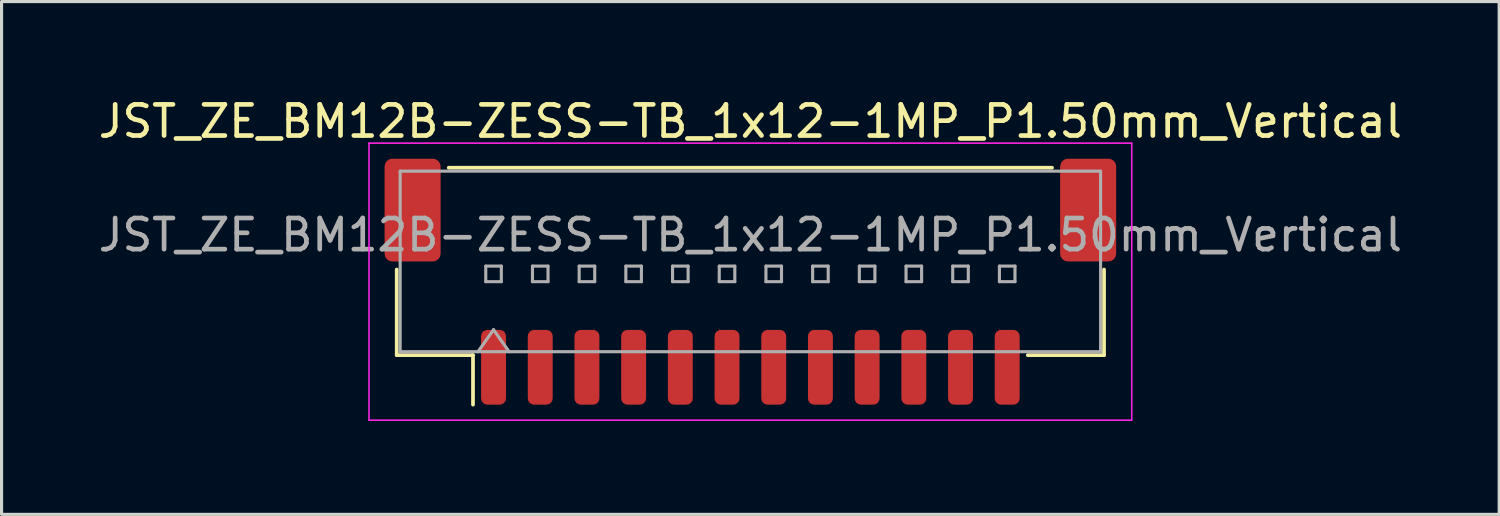
<source format=kicad_pcb>
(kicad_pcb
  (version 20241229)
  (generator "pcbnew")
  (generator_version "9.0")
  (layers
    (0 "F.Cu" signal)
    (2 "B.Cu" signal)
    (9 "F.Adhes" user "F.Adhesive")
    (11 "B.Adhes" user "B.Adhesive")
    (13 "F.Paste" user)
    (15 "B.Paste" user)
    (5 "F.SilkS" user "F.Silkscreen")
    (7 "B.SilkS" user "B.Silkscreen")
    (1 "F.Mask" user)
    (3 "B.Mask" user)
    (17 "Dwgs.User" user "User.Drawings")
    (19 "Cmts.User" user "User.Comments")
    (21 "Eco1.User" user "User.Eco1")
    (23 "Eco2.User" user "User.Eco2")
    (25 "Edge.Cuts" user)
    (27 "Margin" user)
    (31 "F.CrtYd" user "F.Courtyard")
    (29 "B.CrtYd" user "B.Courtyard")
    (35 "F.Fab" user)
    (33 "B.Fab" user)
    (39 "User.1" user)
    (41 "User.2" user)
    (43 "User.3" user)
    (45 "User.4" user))
  (footprint "JST_ZE_BM12B-ZESS-TB_1x12-1MP_P1.50mm_Vertical"
    (layer "F.Cu")
    (at 21.054 5.998)
    (property "Reference" "JST_ZE_BM12B-ZESS-TB_1x12-1MP_P1.50mm_Vertical" (at 0 -5.15 0) (layer "F.SilkS") (effects (font (size 1 1) (thickness 0.15))))
    (attr smd)
    (fp_line (start -11.36 -0.39) (end -11.36 2.36) (stroke (width 0.12) (type solid)) (layer "F.SilkS"))
    (fp_line (start -11.36 2.36) (end -8.91 2.36) (stroke (width 0.12) (type solid)) (layer "F.SilkS"))
    (fp_line (start -9.69 -3.66) (end 9.69 -3.66) (stroke (width 0.12) (type solid)) (layer "F.SilkS"))
    (fp_line (start -8.91 2.36) (end -8.91 3.95) (stroke (width 0.12) (type solid)) (layer "F.SilkS"))
    (fp_line (start 11.36 -0.39) (end 11.36 2.36) (stroke (width 0.12) (type solid)) (layer "F.SilkS"))
    (fp_line (start 11.36 2.36) (end 8.91 2.36) (stroke (width 0.12) (type solid)) (layer "F.SilkS"))
    (fp_line (start -12.25 -4.45) (end -12.25 4.45) (stroke (width 0.05) (type solid)) (layer "F.CrtYd"))
    (fp_line (start -12.25 4.45) (end 12.25 4.45) (stroke (width 0.05) (type solid)) (layer "F.CrtYd"))
    (fp_line (start 12.25 -4.45) (end -12.25 -4.45) (stroke (width 0.05) (type solid)) (layer "F.CrtYd"))
    (fp_line (start 12.25 4.45) (end 12.25 -4.45) (stroke (width 0.05) (type solid)) (layer "F.CrtYd"))
    (fp_line (start -11.25 -3.55) (end 11.25 -3.55) (stroke (width 0.1) (type solid)) (layer "F.Fab"))
    (fp_line (start -11.25 2.25) (end -11.25 -3.55) (stroke (width 0.1) (type solid)) (layer "F.Fab"))
    (fp_line (start -11.25 2.25) (end 11.25 2.25) (stroke (width 0.1) (type solid)) (layer "F.Fab"))
    (fp_line (start -8.75 2.25) (end -8.25 1.543) (stroke (width 0.1) (type solid)) (layer "F.Fab"))
    (fp_line (start -8.5 -0.5) (end -8.5 0) (stroke (width 0.1) (type solid)) (layer "F.Fab"))
    (fp_line (start -8.5 0) (end -8 0) (stroke (width 0.1) (type solid)) (layer "F.Fab"))
    (fp_line (start -8.25 1.543) (end -7.75 2.25) (stroke (width 0.1) (type solid)) (layer "F.Fab"))
    (fp_line (start -8 -0.5) (end -8.5 -0.5) (stroke (width 0.1) (type solid)) (layer "F.Fab"))
    (fp_line (start -8 0) (end -8 -0.5) (stroke (width 0.1) (type solid)) (layer "F.Fab"))
    (fp_line (start -7 -0.5) (end -7 0) (stroke (width 0.1) (type solid)) (layer "F.Fab"))
    (fp_line (start -7 0) (end -6.5 0) (stroke (width 0.1) (type solid)) (layer "F.Fab"))
    (fp_line (start -6.5 -0.5) (end -7 -0.5) (stroke (width 0.1) (type solid)) (layer "F.Fab"))
    (fp_line (start -6.5 0) (end -6.5 -0.5) (stroke (width 0.1) (type solid)) (layer "F.Fab"))
    (fp_line (start -5.5 -0.5) (end -5.5 0) (stroke (width 0.1) (type solid)) (layer "F.Fab"))
    (fp_line (start -5.5 0) (end -5 0) (stroke (width 0.1) (type solid)) (layer "F.Fab"))
    (fp_line (start -5 -0.5) (end -5.5 -0.5) (stroke (width 0.1) (type solid)) (layer "F.Fab"))
    (fp_line (start -5 0) (end -5 -0.5) (stroke (width 0.1) (type solid)) (layer "F.Fab"))
    (fp_line (start -4 -0.5) (end -4 0) (stroke (width 0.1) (type solid)) (layer "F.Fab"))
    (fp_line (start -4 0) (end -3.5 0) (stroke (width 0.1) (type solid)) (layer "F.Fab"))
    (fp_line (start -3.5 -0.5) (end -4 -0.5) (stroke (width 0.1) (type solid)) (layer "F.Fab"))
    (fp_line (start -3.5 0) (end -3.5 -0.5) (stroke (width 0.1) (type solid)) (layer "F.Fab"))
    (fp_line (start -2.5 -0.5) (end -2.5 0) (stroke (width 0.1) (type solid)) (layer "F.Fab"))
    (fp_line (start -2.5 0) (end -2 0) (stroke (width 0.1) (type solid)) (layer "F.Fab"))
    (fp_line (start -2 -0.5) (end -2.5 -0.5) (stroke (width 0.1) (type solid)) (layer "F.Fab"))
    (fp_line (start -2 0) (end -2 -0.5) (stroke (width 0.1) (type solid)) (layer "F.Fab"))
    (fp_line (start -1 -0.5) (end -1 0) (stroke (width 0.1) (type solid)) (layer "F.Fab"))
    (fp_line (start -1 0) (end -0.5 0) (stroke (width 0.1) (type solid)) (layer "F.Fab"))
    (fp_line (start -0.5 -0.5) (end -1 -0.5) (stroke (width 0.1) (type solid)) (layer "F.Fab"))
    (fp_line (start -0.5 0) (end -0.5 -0.5) (stroke (width 0.1) (type solid)) (layer "F.Fab"))
    (fp_line (start 0.5 -0.5) (end 0.5 0) (stroke (width 0.1) (type solid)) (layer "F.Fab"))
    (fp_line (start 0.5 0) (end 1 0) (stroke (width 0.1) (type solid)) (layer "F.Fab"))
    (fp_line (start 1 -0.5) (end 0.5 -0.5) (stroke (width 0.1) (type solid)) (layer "F.Fab"))
    (fp_line (start 1 0) (end 1 -0.5) (stroke (width 0.1) (type solid)) (layer "F.Fab"))
    (fp_line (start 2 -0.5) (end 2 0) (stroke (width 0.1) (type solid)) (layer "F.Fab"))
    (fp_line (start 2 0) (end 2.5 0) (stroke (width 0.1) (type solid)) (layer "F.Fab"))
    (fp_line (start 2.5 -0.5) (end 2 -0.5) (stroke (width 0.1) (type solid)) (layer "F.Fab"))
    (fp_line (start 2.5 0) (end 2.5 -0.5) (stroke (width 0.1) (type solid)) (layer "F.Fab"))
    (fp_line (start 3.5 -0.5) (end 3.5 0) (stroke (width 0.1) (type solid)) (layer "F.Fab"))
    (fp_line (start 3.5 0) (end 4 0) (stroke (width 0.1) (type solid)) (layer "F.Fab"))
    (fp_line (start 4 -0.5) (end 3.5 -0.5) (stroke (width 0.1) (type solid)) (layer "F.Fab"))
    (fp_line (start 4 0) (end 4 -0.5) (stroke (width 0.1) (type solid)) (layer "F.Fab"))
    (fp_line (start 5 -0.5) (end 5 0) (stroke (width 0.1) (type solid)) (layer "F.Fab"))
    (fp_line (start 5 0) (end 5.5 0) (stroke (width 0.1) (type solid)) (layer "F.Fab"))
    (fp_line (start 5.5 -0.5) (end 5 -0.5) (stroke (width 0.1) (type solid)) (layer "F.Fab"))
    (fp_line (start 5.5 0) (end 5.5 -0.5) (stroke (width 0.1) (type solid)) (layer "F.Fab"))
    (fp_line (start 6.5 -0.5) (end 6.5 0) (stroke (width 0.1) (type solid)) (layer "F.Fab"))
    (fp_line (start 6.5 0) (end 7 0) (stroke (width 0.1) (type solid)) (layer "F.Fab"))
    (fp_line (start 7 -0.5) (end 6.5 -0.5) (stroke (width 0.1) (type solid)) (layer "F.Fab"))
    (fp_line (start 7 0) (end 7 -0.5) (stroke (width 0.1) (type solid)) (layer "F.Fab"))
    (fp_line (start 8 -0.5) (end 8 0) (stroke (width 0.1) (type solid)) (layer "F.Fab"))
    (fp_line (start 8 0) (end 8.5 0) (stroke (width 0.1) (type solid)) (layer "F.Fab"))
    (fp_line (start 8.5 -0.5) (end 8 -0.5) (stroke (width 0.1) (type solid)) (layer "F.Fab"))
    (fp_line (start 8.5 0) (end 8.5 -0.5) (stroke (width 0.1) (type solid)) (layer "F.Fab"))
    (fp_line (start 11.25 2.25) (end 11.25 -3.55) (stroke (width 0.1) (type solid)) (layer "F.Fab"))
    (fp_text user "${REFERENCE}" (at 0 -1.5 0) (layer "F.Fab") (effects (font (size 1 1) (thickness 0.15))))
    (pad "1" smd roundrect (at -8.25 2.75) (size 0.8 2.4) (layers "F.Cu" "F.Mask" "F.Paste") (roundrect_rratio 0.25))
    (pad "2" smd roundrect (at -6.75 2.75) (size 0.8 2.4) (layers "F.Cu" "F.Mask" "F.Paste") (roundrect_rratio 0.25))
    (pad "3" smd roundrect (at -5.25 2.75) (size 0.8 2.4) (layers "F.Cu" "F.Mask" "F.Paste") (roundrect_rratio 0.25))
    (pad "4" smd roundrect (at -3.75 2.75) (size 0.8 2.4) (layers "F.Cu" "F.Mask" "F.Paste") (roundrect_rratio 0.25))
    (pad "5" smd roundrect (at -2.25 2.75) (size 0.8 2.4) (layers "F.Cu" "F.Mask" "F.Paste") (roundrect_rratio 0.25))
    (pad "6" smd roundrect (at -0.75 2.75) (size 0.8 2.4) (layers "F.Cu" "F.Mask" "F.Paste") (roundrect_rratio 0.25))
    (pad "7" smd roundrect (at 0.75 2.75) (size 0.8 2.4) (layers "F.Cu" "F.Mask" "F.Paste") (roundrect_rratio 0.25))
    (pad "8" smd roundrect (at 2.25 2.75) (size 0.8 2.4) (layers "F.Cu" "F.Mask" "F.Paste") (roundrect_rratio 0.25))
    (pad "9" smd roundrect (at 3.75 2.75) (size 0.8 2.4) (layers "F.Cu" "F.Mask" "F.Paste") (roundrect_rratio 0.25))
    (pad "10" smd roundrect (at 5.25 2.75) (size 0.8 2.4) (layers "F.Cu" "F.Mask" "F.Paste") (roundrect_rratio 0.25))
    (pad "11" smd roundrect (at 6.75 2.75) (size 0.8 2.4) (layers "F.Cu" "F.Mask" "F.Paste") (roundrect_rratio 0.25))
    (pad "12" smd roundrect (at 8.25 2.75) (size 0.8 2.4) (layers "F.Cu" "F.Mask" "F.Paste") (roundrect_rratio 0.25))
    (pad "MP" smd roundrect (at -10.85 -2.3) (size 1.8 3.3) (layers "F.Cu" "F.Mask" "F.Paste") (roundrect_rratio 0.139))
    (pad "MP" smd roundrect (at 10.85 -2.3) (size 1.8 3.3) (layers "F.Cu" "F.Mask" "F.Paste") (roundrect_rratio 0.139)))
  (gr_rect
    (start -3 -3)
    (end 45.107 13.473)
    (stroke (width 0.1) (type default))
    (fill no)
    (layer "Edge.Cuts")))
</source>
